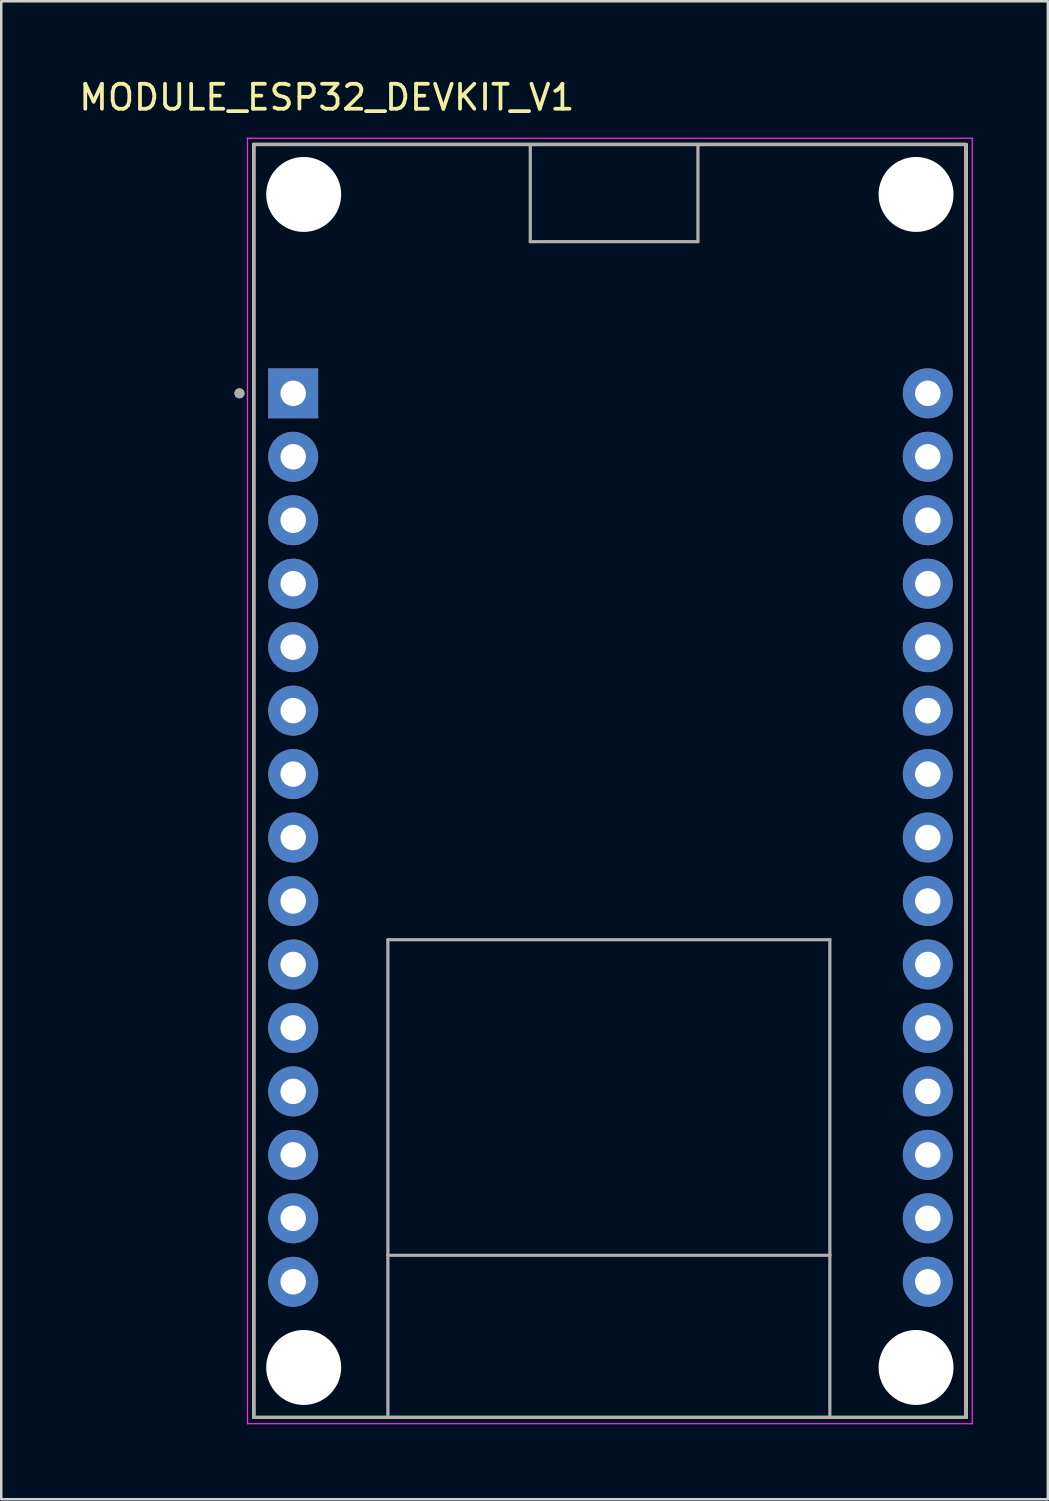
<source format=kicad_pcb>
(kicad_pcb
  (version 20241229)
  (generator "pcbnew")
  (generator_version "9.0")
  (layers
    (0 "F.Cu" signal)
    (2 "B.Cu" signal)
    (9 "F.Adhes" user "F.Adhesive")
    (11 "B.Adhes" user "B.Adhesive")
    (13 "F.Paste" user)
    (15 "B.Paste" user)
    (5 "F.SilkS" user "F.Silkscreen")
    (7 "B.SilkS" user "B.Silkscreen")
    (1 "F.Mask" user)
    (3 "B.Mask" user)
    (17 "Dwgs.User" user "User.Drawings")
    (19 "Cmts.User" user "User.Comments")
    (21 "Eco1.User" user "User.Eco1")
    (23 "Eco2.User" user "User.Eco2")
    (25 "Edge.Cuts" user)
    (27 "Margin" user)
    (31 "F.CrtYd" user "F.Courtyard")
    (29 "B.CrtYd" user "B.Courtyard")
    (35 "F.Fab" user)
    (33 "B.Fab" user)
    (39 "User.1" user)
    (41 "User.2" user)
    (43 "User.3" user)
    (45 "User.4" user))
  (footprint "MODULE_ESP32_DEVKIT_V1"
    (layer "F.Cu")
    (at 21.385 28.208)
    (property "Reference" "MODULE_ESP32_DEVKIT_V1" (at -11.355 -27.36 0) (layer "F.SilkS") (effects (font (size 1 1) (thickness 0.15))))
    (attr through_hole)
    (fp_line (start -14.28 -25.475) (end -3.211 -25.475) (stroke (width 0.127) (type solid)) (layer "F.SilkS"))
    (fp_line (start -14.28 -25.475) (end 14.23 -25.475) (stroke (width 0.127) (type solid)) (layer "F.SilkS"))
    (fp_line (start -14.28 25.475) (end -14.28 -25.475) (stroke (width 0.127) (type solid)) (layer "F.SilkS"))
    (fp_line (start -14.28 25.475) (end -14.28 -25.475) (stroke (width 0.127) (type solid)) (layer "F.SilkS"))
    (fp_line (start -14.28 25.475) (end -8.91 25.475) (stroke (width 0.127) (type solid)) (layer "F.SilkS"))
    (fp_line (start -8.91 25.475) (end 8.78 25.475) (stroke (width 0.127) (type solid)) (layer "F.SilkS"))
    (fp_line (start -3.211 -25.475) (end 3.5 -25.475) (stroke (width 0.127) (type solid)) (layer "F.SilkS"))
    (fp_line (start 3.5 -25.475) (end 14.23 -25.475) (stroke (width 0.127) (type solid)) (layer "F.SilkS"))
    (fp_line (start 8.78 25.475) (end 14.23 25.475) (stroke (width 0.127) (type solid)) (layer "F.SilkS"))
    (fp_line (start 14.23 -25.475) (end 14.23 25.475) (stroke (width 0.127) (type solid)) (layer "F.SilkS"))
    (fp_line (start 14.23 -25.475) (end 14.23 25.475) (stroke (width 0.127) (type solid)) (layer "F.SilkS"))
    (fp_line (start 14.23 25.475) (end -14.28 25.475) (stroke (width 0.127) (type solid)) (layer "F.SilkS"))
    (fp_circle (center -14.85 -15.515) (end -14.75 -15.515) (stroke (width 0.2) (type solid)) (fill no) (layer "F.SilkS"))
    (fp_line (start -14.53 -25.725) (end -14.53 25.725) (stroke (width 0.05) (type solid)) (layer "F.CrtYd"))
    (fp_line (start -14.53 25.725) (end 14.48 25.725) (stroke (width 0.05) (type solid)) (layer "F.CrtYd"))
    (fp_line (start 14.48 -25.725) (end -14.53 -25.725) (stroke (width 0.05) (type solid)) (layer "F.CrtYd"))
    (fp_line (start 14.48 25.725) (end 14.48 -25.725) (stroke (width 0.05) (type solid)) (layer "F.CrtYd"))
    (fp_line (start -14.28 -25.475) (end -3.211 -25.475) (stroke (width 0.127) (type solid)) (layer "F.Fab"))
    (fp_line (start -14.28 25.475) (end -14.28 -25.475) (stroke (width 0.127) (type solid)) (layer "F.Fab"))
    (fp_line (start -14.28 25.475) (end -8.91 25.475) (stroke (width 0.127) (type solid)) (layer "F.Fab"))
    (fp_line (start -8.91 6.355) (end 8.78 6.355) (stroke (width 0.127) (type solid)) (layer "F.Fab"))
    (fp_line (start -8.91 18.985) (end -8.91 6.355) (stroke (width 0.127) (type solid)) (layer "F.Fab"))
    (fp_line (start -8.91 18.985) (end 8.78 18.985) (stroke (width 0.127) (type solid)) (layer "F.Fab"))
    (fp_line (start -8.91 25.475) (end -8.91 18.985) (stroke (width 0.127) (type solid)) (layer "F.Fab"))
    (fp_line (start -8.91 25.475) (end 8.78 25.475) (stroke (width 0.127) (type solid)) (layer "F.Fab"))
    (fp_line (start -3.211 -25.475) (end 3.5 -25.475) (stroke (width 0.127) (type solid)) (layer "F.Fab"))
    (fp_line (start -3.211 -21.585) (end -3.211 -25.475) (stroke (width 0.127) (type solid)) (layer "F.Fab"))
    (fp_line (start 3.5 -25.475) (end 3.5 -21.585) (stroke (width 0.127) (type solid)) (layer "F.Fab"))
    (fp_line (start 3.5 -25.475) (end 14.23 -25.475) (stroke (width 0.127) (type solid)) (layer "F.Fab"))
    (fp_line (start 3.5 -21.585) (end -3.211 -21.585) (stroke (width 0.127) (type solid)) (layer "F.Fab"))
    (fp_line (start 8.78 6.355) (end 8.78 18.985) (stroke (width 0.127) (type solid)) (layer "F.Fab"))
    (fp_line (start 8.78 18.985) (end 8.78 25.475) (stroke (width 0.127) (type solid)) (layer "F.Fab"))
    (fp_line (start 8.78 25.475) (end 14.23 25.475) (stroke (width 0.127) (type solid)) (layer "F.Fab"))
    (fp_line (start 14.23 -25.475) (end 14.23 25.475) (stroke (width 0.127) (type solid)) (layer "F.Fab"))
    (fp_circle (center -14.85 -15.515) (end -14.75 -15.515) (stroke (width 0.2) (type solid)) (fill no) (layer "F.Fab"))
    (pad "" np_thru_hole circle (at -12.28 -23.475) (size 3 3) (drill 3) (layers "*.Cu" "*.Mask"))
    (pad "" np_thru_hole circle (at -12.28 23.475) (size 3 3) (drill 3) (layers "*.Cu" "*.Mask"))
    (pad "" np_thru_hole circle (at 12.23 -23.475) (size 3 3) (drill 3) (layers "*.Cu" "*.Mask"))
    (pad "" np_thru_hole circle (at 12.23 23.475) (size 3 3) (drill 3) (layers "*.Cu" "*.Mask"))
    (pad "1" thru_hole rect (at -12.7 -15.515) (size 2 2) (drill 1.02) (layers "*.Cu" "*.Mask"))
    (pad "2" thru_hole circle (at -12.7 -12.975) (size 2 2) (drill 1.02) (layers "*.Cu" "*.Mask"))
    (pad "3" thru_hole circle (at -12.7 -10.435) (size 2 2) (drill 1.02) (layers "*.Cu" "*.Mask"))
    (pad "4" thru_hole circle (at -12.7 -7.895) (size 2 2) (drill 1.02) (layers "*.Cu" "*.Mask"))
    (pad "5" thru_hole circle (at -12.7 -5.355) (size 2 2) (drill 1.02) (layers "*.Cu" "*.Mask"))
    (pad "6" thru_hole circle (at -12.7 -2.815) (size 2 2) (drill 1.02) (layers "*.Cu" "*.Mask"))
    (pad "7" thru_hole circle (at -12.7 -0.275) (size 2 2) (drill 1.02) (layers "*.Cu" "*.Mask"))
    (pad "8" thru_hole circle (at -12.7 2.265) (size 2 2) (drill 1.02) (layers "*.Cu" "*.Mask"))
    (pad "9" thru_hole circle (at -12.7 4.805) (size 2 2) (drill 1.02) (layers "*.Cu" "*.Mask"))
    (pad "10" thru_hole circle (at -12.7 7.345) (size 2 2) (drill 1.02) (layers "*.Cu" "*.Mask"))
    (pad "11" thru_hole circle (at -12.7 9.885) (size 2 2) (drill 1.02) (layers "*.Cu" "*.Mask"))
    (pad "12" thru_hole circle (at -12.7 12.425) (size 2 2) (drill 1.02) (layers "*.Cu" "*.Mask"))
    (pad "13" thru_hole circle (at -12.7 14.965) (size 2 2) (drill 1.02) (layers "*.Cu" "*.Mask"))
    (pad "14" thru_hole circle (at -12.7 17.505) (size 2 2) (drill 1.02) (layers "*.Cu" "*.Mask"))
    (pad "15" thru_hole circle (at -12.7 20.045) (size 2 2) (drill 1.02) (layers "*.Cu" "*.Mask"))
    (pad "16" thru_hole circle (at 12.7 20.045) (size 2 2) (drill 1.02) (layers "*.Cu" "*.Mask"))
    (pad "17" thru_hole circle (at 12.7 17.505) (size 2 2) (drill 1.02) (layers "*.Cu" "*.Mask"))
    (pad "18" thru_hole circle (at 12.7 14.965) (size 2 2) (drill 1.02) (layers "*.Cu" "*.Mask"))
    (pad "19" thru_hole circle (at 12.7 12.425) (size 2 2) (drill 1.02) (layers "*.Cu" "*.Mask"))
    (pad "20" thru_hole circle (at 12.7 9.885) (size 2 2) (drill 1.02) (layers "*.Cu" "*.Mask"))
    (pad "21" thru_hole circle (at 12.7 7.345) (size 2 2) (drill 1.02) (layers "*.Cu" "*.Mask"))
    (pad "22" thru_hole circle (at 12.7 4.805) (size 2 2) (drill 1.02) (layers "*.Cu" "*.Mask"))
    (pad "23" thru_hole circle (at 12.7 2.265) (size 2 2) (drill 1.02) (layers "*.Cu" "*.Mask"))
    (pad "24" thru_hole circle (at 12.7 -0.275) (size 2 2) (drill 1.02) (layers "*.Cu" "*.Mask"))
    (pad "25" thru_hole circle (at 12.7 -2.815) (size 2 2) (drill 1.02) (layers "*.Cu" "*.Mask"))
    (pad "26" thru_hole circle (at 12.7 -5.355) (size 2 2) (drill 1.02) (layers "*.Cu" "*.Mask"))
    (pad "27" thru_hole circle (at 12.7 -7.895) (size 2 2) (drill 1.02) (layers "*.Cu" "*.Mask"))
    (pad "28" thru_hole circle (at 12.7 -10.435) (size 2 2) (drill 1.02) (layers "*.Cu" "*.Mask"))
    (pad "29" thru_hole circle (at 12.7 -12.975) (size 2 2) (drill 1.02) (layers "*.Cu" "*.Mask"))
    (pad "30" thru_hole circle (at 12.7 -15.515) (size 2 2) (drill 1.02) (layers "*.Cu" "*.Mask")))
  (gr_rect
    (start -3 -3)
    (end 38.89 56.958)
    (stroke (width 0.1) (type default))
    (fill no)
    (layer "Edge.Cuts")))
</source>
